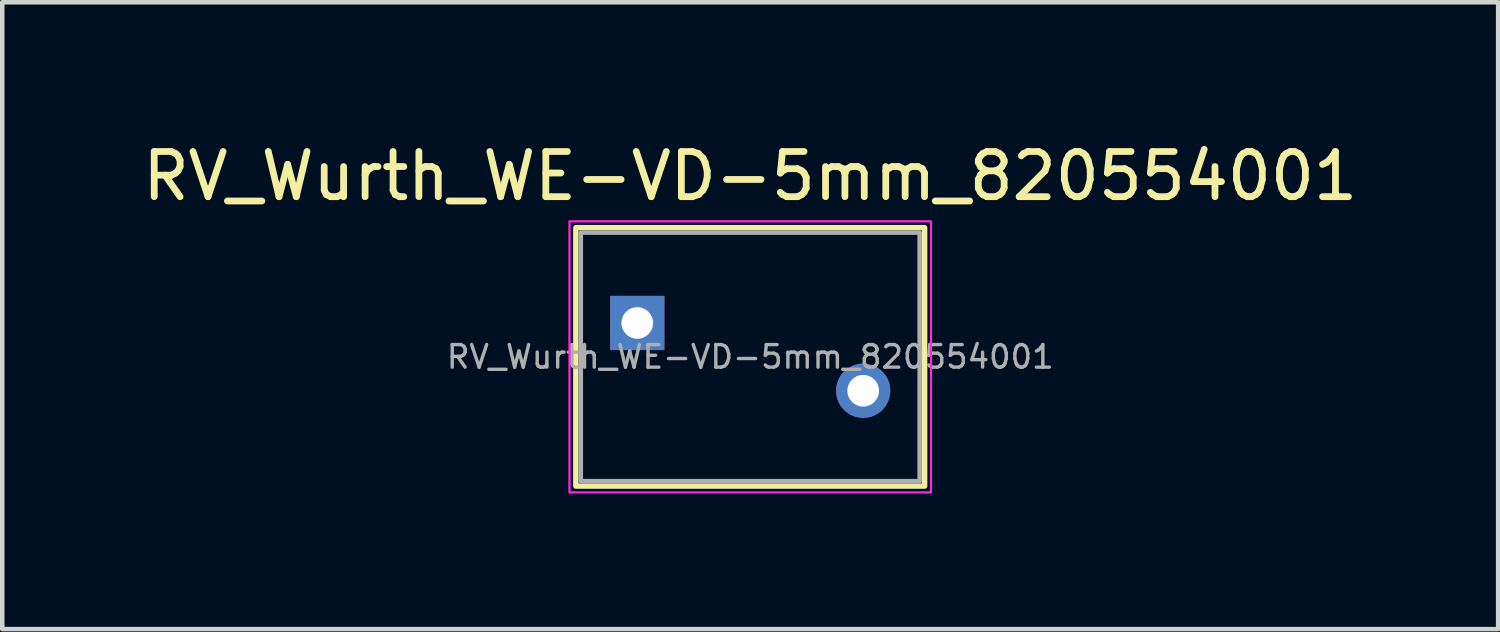
<source format=kicad_pcb>
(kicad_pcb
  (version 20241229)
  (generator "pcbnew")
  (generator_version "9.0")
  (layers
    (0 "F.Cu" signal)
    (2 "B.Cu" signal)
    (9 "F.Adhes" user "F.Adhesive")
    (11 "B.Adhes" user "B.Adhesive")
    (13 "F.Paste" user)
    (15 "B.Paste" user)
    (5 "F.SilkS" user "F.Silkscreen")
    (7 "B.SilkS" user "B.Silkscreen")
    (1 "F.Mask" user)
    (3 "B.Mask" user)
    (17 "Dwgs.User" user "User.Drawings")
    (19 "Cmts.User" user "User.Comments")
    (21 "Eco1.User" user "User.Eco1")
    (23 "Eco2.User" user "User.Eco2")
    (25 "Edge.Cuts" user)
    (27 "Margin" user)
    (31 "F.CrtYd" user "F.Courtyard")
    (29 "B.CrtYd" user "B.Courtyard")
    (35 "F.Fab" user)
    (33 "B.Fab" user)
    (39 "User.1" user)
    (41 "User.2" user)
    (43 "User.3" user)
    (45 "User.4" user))
  (footprint "RV_Wurth_WE-VD-5mm_820554001"
    (layer "F.Cu")
    (at 11.054 4.098)
    (property "Reference" "RV_Wurth_WE-VD-5mm_820554001" (at 2.5 -3.25 0) (unlocked yes) (layer "F.SilkS") (effects (font (size 1 1) (thickness 0.15))))
    (attr through_hole)
    (fp_rect (start -1.36 -2.11) (end 6.36 3.61) (stroke (width 0.12) (type solid)) (fill no) (layer "F.SilkS"))
    (fp_rect (start -1.5 -2.25) (end 6.5 3.75) (stroke (width 0.05) (type solid)) (fill no) (layer "F.CrtYd"))
    (fp_rect (start -1.25 -2) (end 6.25 3.5) (stroke (width 0.1) (type solid)) (fill no) (layer "F.Fab"))
    (fp_text user "${REFERENCE}" (at 2.5 0.75 0) (unlocked yes) (layer "F.Fab") (effects (font (size 0.5 0.5) (thickness 0.075))))
    (pad "1" thru_hole rect (at 0 0) (size 1.2 1.2) (drill 0.7) (layers "*.Cu" "*.Mask"))
    (pad "2" thru_hole circle (at 5 1.5) (size 1.2 1.2) (drill 0.7) (layers "*.Cu" "*.Mask")))
  (gr_rect
    (start -3 -3)
    (end 30.107 10.873)
    (stroke (width 0.1) (type default))
    (fill no)
    (layer "Edge.Cuts")))
</source>
